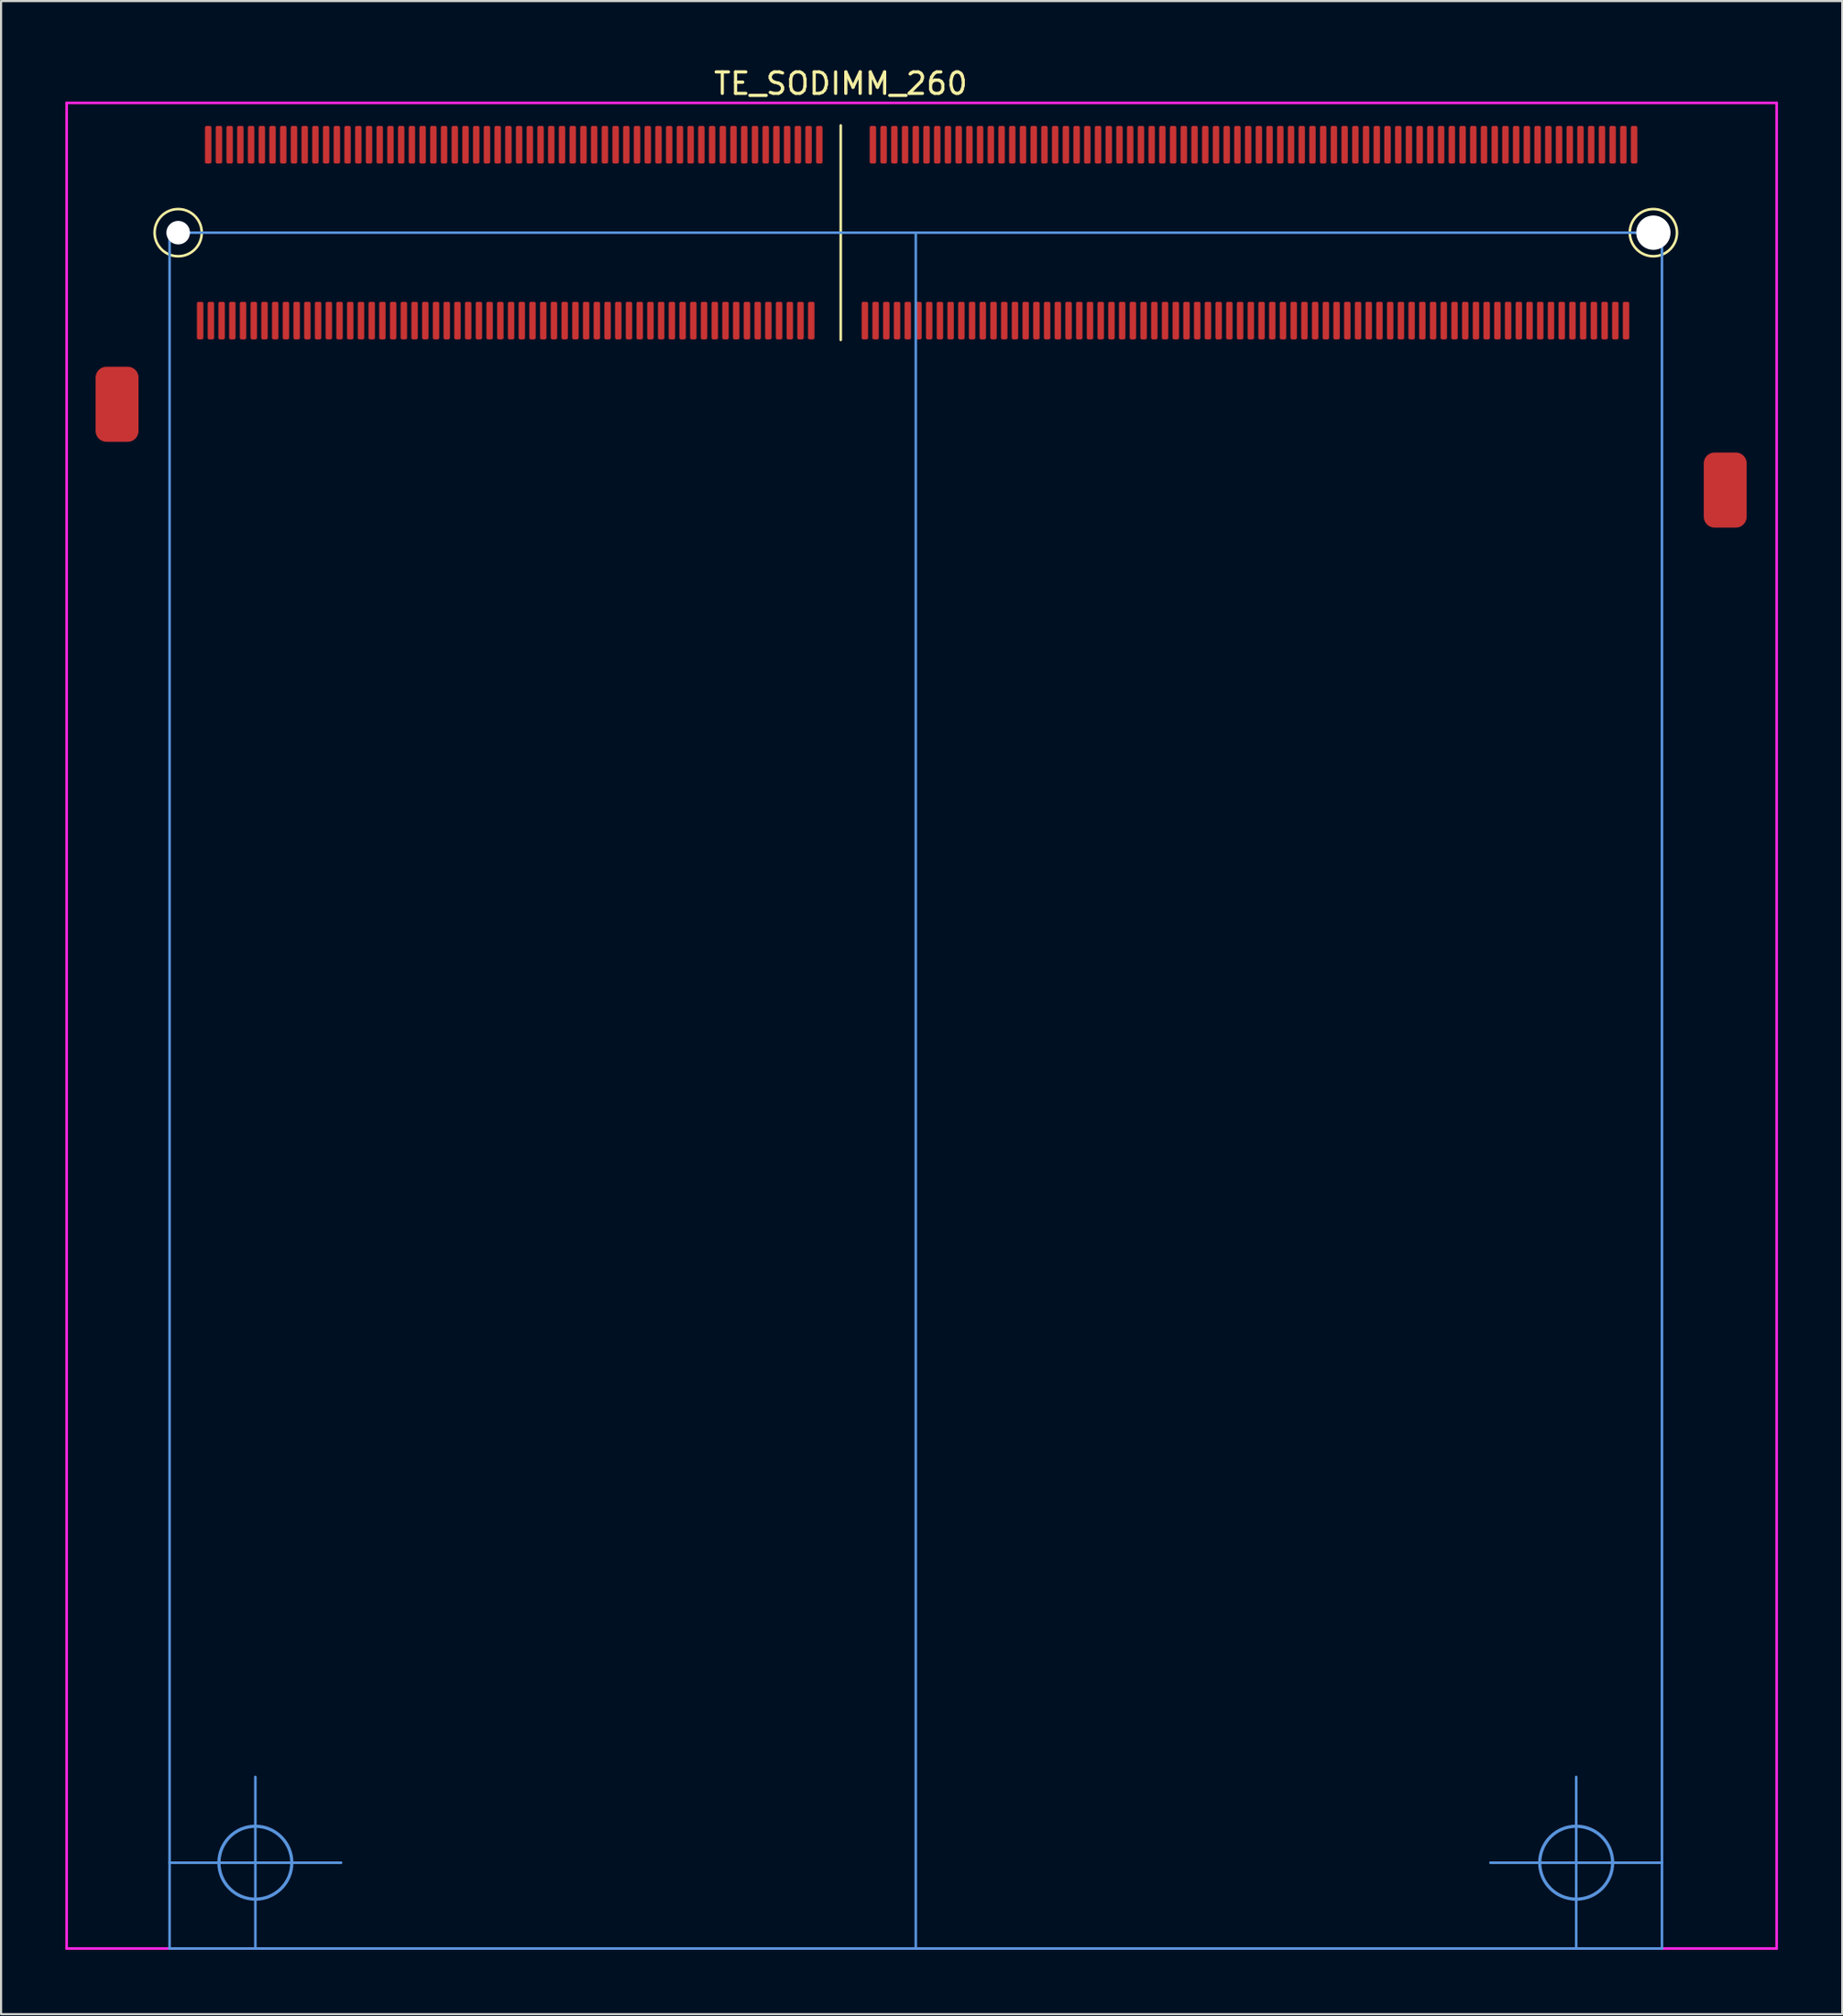
<source format=kicad_pcb>
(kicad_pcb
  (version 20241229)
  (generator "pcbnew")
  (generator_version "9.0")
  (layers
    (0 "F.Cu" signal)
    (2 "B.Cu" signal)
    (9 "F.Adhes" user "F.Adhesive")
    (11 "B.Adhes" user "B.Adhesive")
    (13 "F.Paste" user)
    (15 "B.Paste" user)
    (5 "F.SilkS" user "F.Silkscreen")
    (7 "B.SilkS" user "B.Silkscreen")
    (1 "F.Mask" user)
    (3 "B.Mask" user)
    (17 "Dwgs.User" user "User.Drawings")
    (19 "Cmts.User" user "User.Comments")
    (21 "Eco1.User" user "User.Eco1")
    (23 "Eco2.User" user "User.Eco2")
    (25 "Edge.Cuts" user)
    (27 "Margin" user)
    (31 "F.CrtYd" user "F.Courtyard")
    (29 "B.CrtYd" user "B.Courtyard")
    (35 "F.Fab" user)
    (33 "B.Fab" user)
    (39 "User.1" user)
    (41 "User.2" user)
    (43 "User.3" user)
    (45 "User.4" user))
  (footprint "TE_SODIMM_260"
    (layer "F.Cu")
    (at 36.16 7.798)
    (property "Reference" "TE_SODIMM_260" (at 0 -6.95 0) (layer "F.SilkS") (effects (font (size 1 1) (thickness 0.15))))
    (attr through_hole)
    (fp_line (start 0 -5) (end 0 5) (stroke (width 0.12) (type solid)) (layer "F.SilkS"))
    (fp_circle (center -30.9 0) (end -29.8 0) (stroke (width 0.12) (type solid)) (fill no) (layer "F.SilkS"))
    (fp_circle (center 37.9 0) (end 39 0) (stroke (width 0.12) (type solid)) (fill no) (layer "F.SilkS"))
    (fp_line (start -31.3 0) (end 3.5 0) (stroke (width 0.12) (type solid)) (layer "Cmts.User"))
    (fp_line (start -31.3 76) (end -23.3 76) (stroke (width 0.12) (type solid)) (layer "Cmts.User"))
    (fp_line (start -31.3 80) (end -31.3 0) (stroke (width 0.12) (type solid)) (layer "Cmts.User"))
    (fp_line (start -27.3 80) (end -27.3 72) (stroke (width 0.12) (type solid)) (layer "Cmts.User"))
    (fp_line (start 3.5 0) (end 3.5 80) (stroke (width 0.12) (type solid)) (layer "Cmts.User"))
    (fp_line (start 3.5 0) (end 38.3 0) (stroke (width 0.12) (type solid)) (layer "Cmts.User"))
    (fp_line (start 34.3 80) (end 34.3 72) (stroke (width 0.12) (type solid)) (layer "Cmts.User"))
    (fp_line (start 38.3 0) (end 38.3 80) (stroke (width 0.12) (type solid)) (layer "Cmts.User"))
    (fp_line (start 38.3 76) (end 30.3 76) (stroke (width 0.12) (type solid)) (layer "Cmts.User"))
    (fp_line (start 38.3 80) (end -31.3 80) (stroke (width 0.12) (type solid)) (layer "Cmts.User"))
    (fp_circle (center -27.3 76) (end -25.6 76) (stroke (width 0.15) (type solid)) (fill no) (layer "Cmts.User"))
    (fp_circle (center 34.3 76) (end 36 76) (stroke (width 0.15) (type solid)) (fill no) (layer "Cmts.User"))
    (fp_line (start -36.1 -6.05) (end 43.65 -6.05) (stroke (width 0.12) (type solid)) (layer "F.CrtYd"))
    (fp_line (start -36.1 80) (end -36.1 -6.05) (stroke (width 0.12) (type solid)) (layer "F.CrtYd"))
    (fp_line (start -36.1 80) (end 43.65 80) (stroke (width 0.12) (type solid)) (layer "F.CrtYd"))
    (fp_line (start 43.65 -6.05) (end 43.65 80) (stroke (width 0.12) (type solid)) (layer "F.CrtYd"))
    (pad "" np_thru_hole circle (at -30.9 0) (size 1.1 1.1) (drill 1.1) (layers "*.Cu" "*.Mask"))
    (pad "" np_thru_hole circle (at 37.9 0) (size 1.6 1.6) (drill 1.6) (layers "*.Cu" "*.Mask"))
    (pad "1" smd roundrect (at 37 -4.1) (size 0.3 1.75) (layers "F.Cu" "F.Mask" "F.Paste") (roundrect_rratio 0.25))
    (pad "2" smd roundrect (at 36.625 4.1) (size 0.3 1.75) (layers "F.Cu" "F.Mask" "F.Paste") (roundrect_rratio 0.25))
    (pad "3" smd roundrect (at 36.5 -4.1) (size 0.3 1.75) (layers "F.Cu" "F.Mask" "F.Paste") (roundrect_rratio 0.25))
    (pad "4" smd roundrect (at 36.125 4.1) (size 0.3 1.75) (layers "F.Cu" "F.Mask" "F.Paste") (roundrect_rratio 0.25))
    (pad "5" smd roundrect (at 36 -4.1) (size 0.3 1.75) (layers "F.Cu" "F.Mask" "F.Paste") (roundrect_rratio 0.25))
    (pad "6" smd roundrect (at 35.625 4.1) (size 0.3 1.75) (layers "F.Cu" "F.Mask" "F.Paste") (roundrect_rratio 0.25))
    (pad "7" smd roundrect (at 35.5 -4.1) (size 0.3 1.75) (layers "F.Cu" "F.Mask" "F.Paste") (roundrect_rratio 0.25))
    (pad "8" smd roundrect (at 35.125 4.1) (size 0.3 1.75) (layers "F.Cu" "F.Mask" "F.Paste") (roundrect_rratio 0.25))
    (pad "9" smd roundrect (at 35 -4.1) (size 0.3 1.75) (layers "F.Cu" "F.Mask" "F.Paste") (roundrect_rratio 0.25))
    (pad "10" smd roundrect (at 34.625 4.1) (size 0.3 1.75) (layers "F.Cu" "F.Mask" "F.Paste") (roundrect_rratio 0.25))
    (pad "11" smd roundrect (at 34.5 -4.1) (size 0.3 1.75) (layers "F.Cu" "F.Mask" "F.Paste") (roundrect_rratio 0.25))
    (pad "12" smd roundrect (at 34.125 4.1) (size 0.3 1.75) (layers "F.Cu" "F.Mask" "F.Paste") (roundrect_rratio 0.25))
    (pad "13" smd roundrect (at 34 -4.1) (size 0.3 1.75) (layers "F.Cu" "F.Mask" "F.Paste") (roundrect_rratio 0.25))
    (pad "14" smd roundrect (at 33.625 4.1) (size 0.3 1.75) (layers "F.Cu" "F.Mask" "F.Paste") (roundrect_rratio 0.25))
    (pad "15" smd roundrect (at 33.5 -4.1) (size 0.3 1.75) (layers "F.Cu" "F.Mask" "F.Paste") (roundrect_rratio 0.25))
    (pad "16" smd roundrect (at 33.125 4.1) (size 0.3 1.75) (layers "F.Cu" "F.Mask" "F.Paste") (roundrect_rratio 0.25))
    (pad "17" smd roundrect (at 33 -4.1) (size 0.3 1.75) (layers "F.Cu" "F.Mask" "F.Paste") (roundrect_rratio 0.25))
    (pad "18" smd roundrect (at 32.625 4.1) (size 0.3 1.75) (layers "F.Cu" "F.Mask" "F.Paste") (roundrect_rratio 0.25))
    (pad "19" smd roundrect (at 32.5 -4.1) (size 0.3 1.75) (layers "F.Cu" "F.Mask" "F.Paste") (roundrect_rratio 0.25))
    (pad "20" smd roundrect (at 32.125 4.1) (size 0.3 1.75) (layers "F.Cu" "F.Mask" "F.Paste") (roundrect_rratio 0.25))
    (pad "21" smd roundrect (at 32 -4.1) (size 0.3 1.75) (layers "F.Cu" "F.Mask" "F.Paste") (roundrect_rratio 0.25))
    (pad "22" smd roundrect (at 31.625 4.1) (size 0.3 1.75) (layers "F.Cu" "F.Mask" "F.Paste") (roundrect_rratio 0.25))
    (pad "23" smd roundrect (at 31.5 -4.1) (size 0.3 1.75) (layers "F.Cu" "F.Mask" "F.Paste") (roundrect_rratio 0.25))
    (pad "24" smd roundrect (at 31.125 4.1) (size 0.3 1.75) (layers "F.Cu" "F.Mask" "F.Paste") (roundrect_rratio 0.25))
    (pad "25" smd roundrect (at 31 -4.1) (size 0.3 1.75) (layers "F.Cu" "F.Mask" "F.Paste") (roundrect_rratio 0.25))
    (pad "26" smd roundrect (at 30.625 4.1) (size 0.3 1.75) (layers "F.Cu" "F.Mask" "F.Paste") (roundrect_rratio 0.25))
    (pad "27" smd roundrect (at 30.5 -4.1) (size 0.3 1.75) (layers "F.Cu" "F.Mask" "F.Paste") (roundrect_rratio 0.25))
    (pad "28" smd roundrect (at 30.125 4.1) (size 0.3 1.75) (layers "F.Cu" "F.Mask" "F.Paste") (roundrect_rratio 0.25))
    (pad "29" smd roundrect (at 30 -4.1) (size 0.3 1.75) (layers "F.Cu" "F.Mask" "F.Paste") (roundrect_rratio 0.25))
    (pad "30" smd roundrect (at 29.625 4.1) (size 0.3 1.75) (layers "F.Cu" "F.Mask" "F.Paste") (roundrect_rratio 0.25))
    (pad "31" smd roundrect (at 29.5 -4.1) (size 0.3 1.75) (layers "F.Cu" "F.Mask" "F.Paste") (roundrect_rratio 0.25))
    (pad "32" smd roundrect (at 29.125 4.1) (size 0.3 1.75) (layers "F.Cu" "F.Mask" "F.Paste") (roundrect_rratio 0.25))
    (pad "33" smd roundrect (at 29 -4.1) (size 0.3 1.75) (layers "F.Cu" "F.Mask" "F.Paste") (roundrect_rratio 0.25))
    (pad "34" smd roundrect (at 28.625 4.1) (size 0.3 1.75) (layers "F.Cu" "F.Mask" "F.Paste") (roundrect_rratio 0.25))
    (pad "35" smd roundrect (at 28.5 -4.1) (size 0.3 1.75) (layers "F.Cu" "F.Mask" "F.Paste") (roundrect_rratio 0.25))
    (pad "36" smd roundrect (at 28.125 4.1) (size 0.3 1.75) (layers "F.Cu" "F.Mask" "F.Paste") (roundrect_rratio 0.25))
    (pad "37" smd roundrect (at 28 -4.1) (size 0.3 1.75) (layers "F.Cu" "F.Mask" "F.Paste") (roundrect_rratio 0.25))
    (pad "38" smd roundrect (at 27.625 4.1) (size 0.3 1.75) (layers "F.Cu" "F.Mask" "F.Paste") (roundrect_rratio 0.25))
    (pad "39" smd roundrect (at 27.5 -4.1) (size 0.3 1.75) (layers "F.Cu" "F.Mask" "F.Paste") (roundrect_rratio 0.25))
    (pad "40" smd roundrect (at 27.125 4.1) (size 0.3 1.75) (layers "F.Cu" "F.Mask" "F.Paste") (roundrect_rratio 0.25))
    (pad "41" smd roundrect (at 27 -4.1) (size 0.3 1.75) (layers "F.Cu" "F.Mask" "F.Paste") (roundrect_rratio 0.25))
    (pad "42" smd roundrect (at 26.625 4.1) (size 0.3 1.75) (layers "F.Cu" "F.Mask" "F.Paste") (roundrect_rratio 0.25))
    (pad "43" smd roundrect (at 26.5 -4.1) (size 0.3 1.75) (layers "F.Cu" "F.Mask" "F.Paste") (roundrect_rratio 0.25))
    (pad "44" smd roundrect (at 26.125 4.1) (size 0.3 1.75) (layers "F.Cu" "F.Mask" "F.Paste") (roundrect_rratio 0.25))
    (pad "45" smd roundrect (at 26 -4.1) (size 0.3 1.75) (layers "F.Cu" "F.Mask" "F.Paste") (roundrect_rratio 0.25))
    (pad "46" smd roundrect (at 25.625 4.1) (size 0.3 1.75) (layers "F.Cu" "F.Mask" "F.Paste") (roundrect_rratio 0.25))
    (pad "47" smd roundrect (at 25.5 -4.1) (size 0.3 1.75) (layers "F.Cu" "F.Mask" "F.Paste") (roundrect_rratio 0.25))
    (pad "48" smd roundrect (at 25.125 4.1) (size 0.3 1.75) (layers "F.Cu" "F.Mask" "F.Paste") (roundrect_rratio 0.25))
    (pad "49" smd roundrect (at 25 -4.1) (size 0.3 1.75) (layers "F.Cu" "F.Mask" "F.Paste") (roundrect_rratio 0.25))
    (pad "50" smd roundrect (at 24.625 4.1) (size 0.3 1.75) (layers "F.Cu" "F.Mask" "F.Paste") (roundrect_rratio 0.25))
    (pad "51" smd roundrect (at 24.5 -4.1) (size 0.3 1.75) (layers "F.Cu" "F.Mask" "F.Paste") (roundrect_rratio 0.25))
    (pad "52" smd roundrect (at 24.125 4.1) (size 0.3 1.75) (layers "F.Cu" "F.Mask" "F.Paste") (roundrect_rratio 0.25))
    (pad "53" smd roundrect (at 24 -4.1) (size 0.3 1.75) (layers "F.Cu" "F.Mask" "F.Paste") (roundrect_rratio 0.25))
    (pad "54" smd roundrect (at 23.625 4.1) (size 0.3 1.75) (layers "F.Cu" "F.Mask" "F.Paste") (roundrect_rratio 0.25))
    (pad "55" smd roundrect (at 23.5 -4.1) (size 0.3 1.75) (layers "F.Cu" "F.Mask" "F.Paste") (roundrect_rratio 0.25))
    (pad "56" smd roundrect (at 23.125 4.1) (size 0.3 1.75) (layers "F.Cu" "F.Mask" "F.Paste") (roundrect_rratio 0.25))
    (pad "57" smd roundrect (at 23 -4.1) (size 0.3 1.75) (layers "F.Cu" "F.Mask" "F.Paste") (roundrect_rratio 0.25))
    (pad "58" smd roundrect (at 22.625 4.1) (size 0.3 1.75) (layers "F.Cu" "F.Mask" "F.Paste") (roundrect_rratio 0.25))
    (pad "59" smd roundrect (at 22.5 -4.1) (size 0.3 1.75) (layers "F.Cu" "F.Mask" "F.Paste") (roundrect_rratio 0.25))
    (pad "60" smd roundrect (at 22.125 4.1) (size 0.3 1.75) (layers "F.Cu" "F.Mask" "F.Paste") (roundrect_rratio 0.25))
    (pad "61" smd roundrect (at 22 -4.1) (size 0.3 1.75) (layers "F.Cu" "F.Mask" "F.Paste") (roundrect_rratio 0.25))
    (pad "62" smd roundrect (at 21.625 4.1) (size 0.3 1.75) (layers "F.Cu" "F.Mask" "F.Paste") (roundrect_rratio 0.25))
    (pad "63" smd roundrect (at 21.5 -4.1) (size 0.3 1.75) (layers "F.Cu" "F.Mask" "F.Paste") (roundrect_rratio 0.25))
    (pad "64" smd roundrect (at 21.125 4.1) (size 0.3 1.75) (layers "F.Cu" "F.Mask" "F.Paste") (roundrect_rratio 0.25))
    (pad "65" smd roundrect (at 21 -4.1) (size 0.3 1.75) (layers "F.Cu" "F.Mask" "F.Paste") (roundrect_rratio 0.25))
    (pad "66" smd roundrect (at 20.625 4.1) (size 0.3 1.75) (layers "F.Cu" "F.Mask" "F.Paste") (roundrect_rratio 0.25))
    (pad "67" smd roundrect (at 20.5 -4.1) (size 0.3 1.75) (layers "F.Cu" "F.Mask" "F.Paste") (roundrect_rratio 0.25))
    (pad "68" smd roundrect (at 20.125 4.1) (size 0.3 1.75) (layers "F.Cu" "F.Mask" "F.Paste") (roundrect_rratio 0.25))
    (pad "69" smd roundrect (at 20 -4.1) (size 0.3 1.75) (layers "F.Cu" "F.Mask" "F.Paste") (roundrect_rratio 0.25))
    (pad "70" smd roundrect (at 19.625 4.1) (size 0.3 1.75) (layers "F.Cu" "F.Mask" "F.Paste") (roundrect_rratio 0.25))
    (pad "71" smd roundrect (at 19.5 -4.1) (size 0.3 1.75) (layers "F.Cu" "F.Mask" "F.Paste") (roundrect_rratio 0.25))
    (pad "72" smd roundrect (at 19.125 4.1) (size 0.3 1.75) (layers "F.Cu" "F.Mask" "F.Paste") (roundrect_rratio 0.25))
    (pad "73" smd roundrect (at 19 -4.1) (size 0.3 1.75) (layers "F.Cu" "F.Mask" "F.Paste") (roundrect_rratio 0.25))
    (pad "74" smd roundrect (at 18.625 4.1) (size 0.3 1.75) (layers "F.Cu" "F.Mask" "F.Paste") (roundrect_rratio 0.25))
    (pad "75" smd roundrect (at 18.5 -4.1) (size 0.3 1.75) (layers "F.Cu" "F.Mask" "F.Paste") (roundrect_rratio 0.25))
    (pad "76" smd roundrect (at 18.125 4.1) (size 0.3 1.75) (layers "F.Cu" "F.Mask" "F.Paste") (roundrect_rratio 0.25))
    (pad "77" smd roundrect (at 18 -4.1) (size 0.3 1.75) (layers "F.Cu" "F.Mask" "F.Paste") (roundrect_rratio 0.25))
    (pad "78" smd roundrect (at 17.625 4.1) (size 0.3 1.75) (layers "F.Cu" "F.Mask" "F.Paste") (roundrect_rratio 0.25))
    (pad "79" smd roundrect (at 17.5 -4.1) (size 0.3 1.75) (layers "F.Cu" "F.Mask" "F.Paste") (roundrect_rratio 0.25))
    (pad "80" smd roundrect (at 17.125 4.1) (size 0.3 1.75) (layers "F.Cu" "F.Mask" "F.Paste") (roundrect_rratio 0.25))
    (pad "81" smd roundrect (at 17 -4.1) (size 0.3 1.75) (layers "F.Cu" "F.Mask" "F.Paste") (roundrect_rratio 0.25))
    (pad "82" smd roundrect (at 16.625 4.1) (size 0.3 1.75) (layers "F.Cu" "F.Mask" "F.Paste") (roundrect_rratio 0.25))
    (pad "83" smd roundrect (at 16.5 -4.1) (size 0.3 1.75) (layers "F.Cu" "F.Mask" "F.Paste") (roundrect_rratio 0.25))
    (pad "84" smd roundrect (at 16.125 4.1) (size 0.3 1.75) (layers "F.Cu" "F.Mask" "F.Paste") (roundrect_rratio 0.25))
    (pad "85" smd roundrect (at 16 -4.1) (size 0.3 1.75) (layers "F.Cu" "F.Mask" "F.Paste") (roundrect_rratio 0.25))
    (pad "86" smd roundrect (at 15.625 4.1) (size 0.3 1.75) (layers "F.Cu" "F.Mask" "F.Paste") (roundrect_rratio 0.25))
    (pad "87" smd roundrect (at 15.5 -4.1) (size 0.3 1.75) (layers "F.Cu" "F.Mask" "F.Paste") (roundrect_rratio 0.25))
    (pad "88" smd roundrect (at 15.125 4.1) (size 0.3 1.75) (layers "F.Cu" "F.Mask" "F.Paste") (roundrect_rratio 0.25))
    (pad "89" smd roundrect (at 15 -4.1) (size 0.3 1.75) (layers "F.Cu" "F.Mask" "F.Paste") (roundrect_rratio 0.25))
    (pad "90" smd roundrect (at 14.625 4.1) (size 0.3 1.75) (layers "F.Cu" "F.Mask" "F.Paste") (roundrect_rratio 0.25))
    (pad "91" smd roundrect (at 14.5 -4.1) (size 0.3 1.75) (layers "F.Cu" "F.Mask" "F.Paste") (roundrect_rratio 0.25))
    (pad "92" smd roundrect (at 14.125 4.1) (size 0.3 1.75) (layers "F.Cu" "F.Mask" "F.Paste") (roundrect_rratio 0.25))
    (pad "93" smd roundrect (at 14 -4.1) (size 0.3 1.75) (layers "F.Cu" "F.Mask" "F.Paste") (roundrect_rratio 0.25))
    (pad "94" smd roundrect (at 13.625 4.1) (size 0.3 1.75) (layers "F.Cu" "F.Mask" "F.Paste") (roundrect_rratio 0.25))
    (pad "95" smd roundrect (at 13.5 -4.1) (size 0.3 1.75) (layers "F.Cu" "F.Mask" "F.Paste") (roundrect_rratio 0.25))
    (pad "96" smd roundrect (at 13.125 4.1) (size 0.3 1.75) (layers "F.Cu" "F.Mask" "F.Paste") (roundrect_rratio 0.25))
    (pad "97" smd roundrect (at 13 -4.1) (size 0.3 1.75) (layers "F.Cu" "F.Mask" "F.Paste") (roundrect_rratio 0.25))
    (pad "98" smd roundrect (at 12.625 4.1) (size 0.3 1.75) (layers "F.Cu" "F.Mask" "F.Paste") (roundrect_rratio 0.25))
    (pad "99" smd roundrect (at 12.5 -4.1) (size 0.3 1.75) (layers "F.Cu" "F.Mask" "F.Paste") (roundrect_rratio 0.25))
    (pad "100" smd roundrect (at 12.125 4.1) (size 0.3 1.75) (layers "F.Cu" "F.Mask" "F.Paste") (roundrect_rratio 0.25))
    (pad "101" smd roundrect (at 12 -4.1) (size 0.3 1.75) (layers "F.Cu" "F.Mask" "F.Paste") (roundrect_rratio 0.25))
    (pad "102" smd roundrect (at 11.625 4.1) (size 0.3 1.75) (layers "F.Cu" "F.Mask" "F.Paste") (roundrect_rratio 0.25))
    (pad "103" smd roundrect (at 11.5 -4.1) (size 0.3 1.75) (layers "F.Cu" "F.Mask" "F.Paste") (roundrect_rratio 0.25))
    (pad "104" smd roundrect (at 11.125 4.1) (size 0.3 1.75) (layers "F.Cu" "F.Mask" "F.Paste") (roundrect_rratio 0.25))
    (pad "105" smd roundrect (at 11 -4.1) (size 0.3 1.75) (layers "F.Cu" "F.Mask" "F.Paste") (roundrect_rratio 0.25))
    (pad "106" smd roundrect (at 10.625 4.1) (size 0.3 1.75) (layers "F.Cu" "F.Mask" "F.Paste") (roundrect_rratio 0.25))
    (pad "107" smd roundrect (at 10.5 -4.1) (size 0.3 1.75) (layers "F.Cu" "F.Mask" "F.Paste") (roundrect_rratio 0.25))
    (pad "108" smd roundrect (at 10.125 4.1) (size 0.3 1.75) (layers "F.Cu" "F.Mask" "F.Paste") (roundrect_rratio 0.25))
    (pad "109" smd roundrect (at 10 -4.1) (size 0.3 1.75) (layers "F.Cu" "F.Mask" "F.Paste") (roundrect_rratio 0.25))
    (pad "110" smd roundrect (at 9.625 4.1) (size 0.3 1.75) (layers "F.Cu" "F.Mask" "F.Paste") (roundrect_rratio 0.25))
    (pad "111" smd roundrect (at 9.5 -4.1) (size 0.3 1.75) (layers "F.Cu" "F.Mask" "F.Paste") (roundrect_rratio 0.25))
    (pad "112" smd roundrect (at 9.125 4.1) (size 0.3 1.75) (layers "F.Cu" "F.Mask" "F.Paste") (roundrect_rratio 0.25))
    (pad "113" smd roundrect (at 9 -4.1) (size 0.3 1.75) (layers "F.Cu" "F.Mask" "F.Paste") (roundrect_rratio 0.25))
    (pad "114" smd roundrect (at 8.625 4.1) (size 0.3 1.75) (layers "F.Cu" "F.Mask" "F.Paste") (roundrect_rratio 0.25))
    (pad "115" smd roundrect (at 8.5 -4.1) (size 0.3 1.75) (layers "F.Cu" "F.Mask" "F.Paste") (roundrect_rratio 0.25))
    (pad "116" smd roundrect (at 8.125 4.1) (size 0.3 1.75) (layers "F.Cu" "F.Mask" "F.Paste") (roundrect_rratio 0.25))
    (pad "117" smd roundrect (at 8 -4.1) (size 0.3 1.75) (layers "F.Cu" "F.Mask" "F.Paste") (roundrect_rratio 0.25))
    (pad "118" smd roundrect (at 7.625 4.1) (size 0.3 1.75) (layers "F.Cu" "F.Mask" "F.Paste") (roundrect_rratio 0.25))
    (pad "119" smd roundrect (at 7.5 -4.1) (size 0.3 1.75) (layers "F.Cu" "F.Mask" "F.Paste") (roundrect_rratio 0.25))
    (pad "120" smd roundrect (at 7.125 4.1) (size 0.3 1.75) (layers "F.Cu" "F.Mask" "F.Paste") (roundrect_rratio 0.25))
    (pad "121" smd roundrect (at 7 -4.1) (size 0.3 1.75) (layers "F.Cu" "F.Mask" "F.Paste") (roundrect_rratio 0.25))
    (pad "122" smd roundrect (at 6.625 4.1) (size 0.3 1.75) (layers "F.Cu" "F.Mask" "F.Paste") (roundrect_rratio 0.25))
    (pad "123" smd roundrect (at 6.5 -4.1) (size 0.3 1.75) (layers "F.Cu" "F.Mask" "F.Paste") (roundrect_rratio 0.25))
    (pad "124" smd roundrect (at 6.125 4.1) (size 0.3 1.75) (layers "F.Cu" "F.Mask" "F.Paste") (roundrect_rratio 0.25))
    (pad "125" smd roundrect (at 6 -4.1) (size 0.3 1.75) (layers "F.Cu" "F.Mask" "F.Paste") (roundrect_rratio 0.25))
    (pad "126" smd roundrect (at 5.625 4.1) (size 0.3 1.75) (layers "F.Cu" "F.Mask" "F.Paste") (roundrect_rratio 0.25))
    (pad "127" smd roundrect (at 5.5 -4.1) (size 0.3 1.75) (layers "F.Cu" "F.Mask" "F.Paste") (roundrect_rratio 0.25))
    (pad "128" smd roundrect (at 5.125 4.1) (size 0.3 1.75) (layers "F.Cu" "F.Mask" "F.Paste") (roundrect_rratio 0.25))
    (pad "129" smd roundrect (at 5 -4.1) (size 0.3 1.75) (layers "F.Cu" "F.Mask" "F.Paste") (roundrect_rratio 0.25))
    (pad "130" smd roundrect (at 4.625 4.1) (size 0.3 1.75) (layers "F.Cu" "F.Mask" "F.Paste") (roundrect_rratio 0.25))
    (pad "131" smd roundrect (at 4.5 -4.1) (size 0.3 1.75) (layers "F.Cu" "F.Mask" "F.Paste") (roundrect_rratio 0.25))
    (pad "132" smd roundrect (at 4.125 4.1) (size 0.3 1.75) (layers "F.Cu" "F.Mask" "F.Paste") (roundrect_rratio 0.25))
    (pad "133" smd roundrect (at 4 -4.1) (size 0.3 1.75) (layers "F.Cu" "F.Mask" "F.Paste") (roundrect_rratio 0.25))
    (pad "134" smd roundrect (at 3.625 4.1) (size 0.3 1.75) (layers "F.Cu" "F.Mask" "F.Paste") (roundrect_rratio 0.25))
    (pad "135" smd roundrect (at 3.5 -4.1) (size 0.3 1.75) (layers "F.Cu" "F.Mask" "F.Paste") (roundrect_rratio 0.25))
    (pad "136" smd roundrect (at 3.125 4.1) (size 0.3 1.75) (layers "F.Cu" "F.Mask" "F.Paste") (roundrect_rratio 0.25))
    (pad "137" smd roundrect (at 3 -4.1) (size 0.3 1.75) (layers "F.Cu" "F.Mask" "F.Paste") (roundrect_rratio 0.25))
    (pad "138" smd roundrect (at 2.625 4.1) (size 0.3 1.75) (layers "F.Cu" "F.Mask" "F.Paste") (roundrect_rratio 0.25))
    (pad "139" smd roundrect (at 2.5 -4.1) (size 0.3 1.75) (layers "F.Cu" "F.Mask" "F.Paste") (roundrect_rratio 0.25))
    (pad "140" smd roundrect (at 2.125 4.1) (size 0.3 1.75) (layers "F.Cu" "F.Mask" "F.Paste") (roundrect_rratio 0.25))
    (pad "141" smd roundrect (at 2 -4.1) (size 0.3 1.75) (layers "F.Cu" "F.Mask" "F.Paste") (roundrect_rratio 0.25))
    (pad "142" smd roundrect (at 1.625 4.1) (size 0.3 1.75) (layers "F.Cu" "F.Mask" "F.Paste") (roundrect_rratio 0.25))
    (pad "143" smd roundrect (at 1.5 -4.1) (size 0.3 1.75) (layers "F.Cu" "F.Mask" "F.Paste") (roundrect_rratio 0.25))
    (pad "144" smd roundrect (at 1.125 4.1) (size 0.3 1.75) (layers "F.Cu" "F.Mask" "F.Paste") (roundrect_rratio 0.25))
    (pad "145" smd roundrect (at -1 -4.1) (size 0.3 1.75) (layers "F.Cu" "F.Mask" "F.Paste") (roundrect_rratio 0.25))
    (pad "146" smd roundrect (at -1.375 4.1) (size 0.3 1.75) (layers "F.Cu" "F.Mask" "F.Paste") (roundrect_rratio 0.25))
    (pad "147" smd roundrect (at -1.5 -4.1) (size 0.3 1.75) (layers "F.Cu" "F.Mask" "F.Paste") (roundrect_rratio 0.25))
    (pad "148" smd roundrect (at -1.875 4.1) (size 0.3 1.75) (layers "F.Cu" "F.Mask" "F.Paste") (roundrect_rratio 0.25))
    (pad "149" smd roundrect (at -2 -4.1) (size 0.3 1.75) (layers "F.Cu" "F.Mask" "F.Paste") (roundrect_rratio 0.25))
    (pad "150" smd roundrect (at -2.375 4.1) (size 0.3 1.75) (layers "F.Cu" "F.Mask" "F.Paste") (roundrect_rratio 0.25))
    (pad "151" smd roundrect (at -2.5 -4.1) (size 0.3 1.75) (layers "F.Cu" "F.Mask" "F.Paste") (roundrect_rratio 0.25))
    (pad "152" smd roundrect (at -2.875 4.1) (size 0.3 1.75) (layers "F.Cu" "F.Mask" "F.Paste") (roundrect_rratio 0.25))
    (pad "153" smd roundrect (at -3 -4.1) (size 0.3 1.75) (layers "F.Cu" "F.Mask" "F.Paste") (roundrect_rratio 0.25))
    (pad "154" smd roundrect (at -3.375 4.1) (size 0.3 1.75) (layers "F.Cu" "F.Mask" "F.Paste") (roundrect_rratio 0.25))
    (pad "155" smd roundrect (at -3.5 -4.1) (size 0.3 1.75) (layers "F.Cu" "F.Mask" "F.Paste") (roundrect_rratio 0.25))
    (pad "156" smd roundrect (at -3.875 4.1) (size 0.3 1.75) (layers "F.Cu" "F.Mask" "F.Paste") (roundrect_rratio 0.25))
    (pad "157" smd roundrect (at -4 -4.1) (size 0.3 1.75) (layers "F.Cu" "F.Mask" "F.Paste") (roundrect_rratio 0.25))
    (pad "158" smd roundrect (at -4.375 4.1) (size 0.3 1.75) (layers "F.Cu" "F.Mask" "F.Paste") (roundrect_rratio 0.25))
    (pad "159" smd roundrect (at -4.5 -4.1) (size 0.3 1.75) (layers "F.Cu" "F.Mask" "F.Paste") (roundrect_rratio 0.25))
    (pad "160" smd roundrect (at -4.875 4.1) (size 0.3 1.75) (layers "F.Cu" "F.Mask" "F.Paste") (roundrect_rratio 0.25))
    (pad "161" smd roundrect (at -5 -4.1) (size 0.3 1.75) (layers "F.Cu" "F.Mask" "F.Paste") (roundrect_rratio 0.25))
    (pad "162" smd roundrect (at -5.375 4.1) (size 0.3 1.75) (layers "F.Cu" "F.Mask" "F.Paste") (roundrect_rratio 0.25))
    (pad "163" smd roundrect (at -5.5 -4.1) (size 0.3 1.75) (layers "F.Cu" "F.Mask" "F.Paste") (roundrect_rratio 0.25))
    (pad "164" smd roundrect (at -5.875 4.1) (size 0.3 1.75) (layers "F.Cu" "F.Mask" "F.Paste") (roundrect_rratio 0.25))
    (pad "165" smd roundrect (at -6 -4.1) (size 0.3 1.75) (layers "F.Cu" "F.Mask" "F.Paste") (roundrect_rratio 0.25))
    (pad "166" smd roundrect (at -6.375 4.1) (size 0.3 1.75) (layers "F.Cu" "F.Mask" "F.Paste") (roundrect_rratio 0.25))
    (pad "167" smd roundrect (at -6.5 -4.1) (size 0.3 1.75) (layers "F.Cu" "F.Mask" "F.Paste") (roundrect_rratio 0.25))
    (pad "168" smd roundrect (at -6.875 4.1) (size 0.3 1.75) (layers "F.Cu" "F.Mask" "F.Paste") (roundrect_rratio 0.25))
    (pad "169" smd roundrect (at -7 -4.1) (size 0.3 1.75) (layers "F.Cu" "F.Mask" "F.Paste") (roundrect_rratio 0.25))
    (pad "170" smd roundrect (at -7.375 4.1) (size 0.3 1.75) (layers "F.Cu" "F.Mask" "F.Paste") (roundrect_rratio 0.25))
    (pad "171" smd roundrect (at -7.5 -4.1) (size 0.3 1.75) (layers "F.Cu" "F.Mask" "F.Paste") (roundrect_rratio 0.25))
    (pad "172" smd roundrect (at -7.875 4.1) (size 0.3 1.75) (layers "F.Cu" "F.Mask" "F.Paste") (roundrect_rratio 0.25))
    (pad "173" smd roundrect (at -8 -4.1) (size 0.3 1.75) (layers "F.Cu" "F.Mask" "F.Paste") (roundrect_rratio 0.25))
    (pad "174" smd roundrect (at -8.375 4.1) (size 0.3 1.75) (layers "F.Cu" "F.Mask" "F.Paste") (roundrect_rratio 0.25))
    (pad "175" smd roundrect (at -8.5 -4.1) (size 0.3 1.75) (layers "F.Cu" "F.Mask" "F.Paste") (roundrect_rratio 0.25))
    (pad "176" smd roundrect (at -8.875 4.1) (size 0.3 1.75) (layers "F.Cu" "F.Mask" "F.Paste") (roundrect_rratio 0.25))
    (pad "177" smd roundrect (at -9 -4.1) (size 0.3 1.75) (layers "F.Cu" "F.Mask" "F.Paste") (roundrect_rratio 0.25))
    (pad "178" smd roundrect (at -9.375 4.1) (size 0.3 1.75) (layers "F.Cu" "F.Mask" "F.Paste") (roundrect_rratio 0.25))
    (pad "179" smd roundrect (at -9.5 -4.1) (size 0.3 1.75) (layers "F.Cu" "F.Mask" "F.Paste") (roundrect_rratio 0.25))
    (pad "180" smd roundrect (at -9.875 4.1) (size 0.3 1.75) (layers "F.Cu" "F.Mask" "F.Paste") (roundrect_rratio 0.25))
    (pad "181" smd roundrect (at -10 -4.1) (size 0.3 1.75) (layers "F.Cu" "F.Mask" "F.Paste") (roundrect_rratio 0.25))
    (pad "182" smd roundrect (at -10.375 4.1) (size 0.3 1.75) (layers "F.Cu" "F.Mask" "F.Paste") (roundrect_rratio 0.25))
    (pad "183" smd roundrect (at -10.5 -4.1) (size 0.3 1.75) (layers "F.Cu" "F.Mask" "F.Paste") (roundrect_rratio 0.25))
    (pad "184" smd roundrect (at -10.875 4.1) (size 0.3 1.75) (layers "F.Cu" "F.Mask" "F.Paste") (roundrect_rratio 0.25))
    (pad "185" smd roundrect (at -11 -4.1) (size 0.3 1.75) (layers "F.Cu" "F.Mask" "F.Paste") (roundrect_rratio 0.25))
    (pad "186" smd roundrect (at -11.375 4.1) (size 0.3 1.75) (layers "F.Cu" "F.Mask" "F.Paste") (roundrect_rratio 0.25))
    (pad "187" smd roundrect (at -11.5 -4.1) (size 0.3 1.75) (layers "F.Cu" "F.Mask" "F.Paste") (roundrect_rratio 0.25))
    (pad "188" smd roundrect (at -11.875 4.1) (size 0.3 1.75) (layers "F.Cu" "F.Mask" "F.Paste") (roundrect_rratio 0.25))
    (pad "189" smd roundrect (at -12 -4.1) (size 0.3 1.75) (layers "F.Cu" "F.Mask" "F.Paste") (roundrect_rratio 0.25))
    (pad "190" smd roundrect (at -12.375 4.1) (size 0.3 1.75) (layers "F.Cu" "F.Mask" "F.Paste") (roundrect_rratio 0.25))
    (pad "191" smd roundrect (at -12.5 -4.1) (size 0.3 1.75) (layers "F.Cu" "F.Mask" "F.Paste") (roundrect_rratio 0.25))
    (pad "192" smd roundrect (at -12.875 4.1) (size 0.3 1.75) (layers "F.Cu" "F.Mask" "F.Paste") (roundrect_rratio 0.25))
    (pad "193" smd roundrect (at -13 -4.1) (size 0.3 1.75) (layers "F.Cu" "F.Mask" "F.Paste") (roundrect_rratio 0.25))
    (pad "194" smd roundrect (at -13.375 4.1) (size 0.3 1.75) (layers "F.Cu" "F.Mask" "F.Paste") (roundrect_rratio 0.25))
    (pad "195" smd roundrect (at -13.5 -4.1) (size 0.3 1.75) (layers "F.Cu" "F.Mask" "F.Paste") (roundrect_rratio 0.25))
    (pad "196" smd roundrect (at -13.875 4.1) (size 0.3 1.75) (layers "F.Cu" "F.Mask" "F.Paste") (roundrect_rratio 0.25))
    (pad "197" smd roundrect (at -14 -4.1) (size 0.3 1.75) (layers "F.Cu" "F.Mask" "F.Paste") (roundrect_rratio 0.25))
    (pad "198" smd roundrect (at -14.375 4.1) (size 0.3 1.75) (layers "F.Cu" "F.Mask" "F.Paste") (roundrect_rratio 0.25))
    (pad "199" smd roundrect (at -14.5 -4.1) (size 0.3 1.75) (layers "F.Cu" "F.Mask" "F.Paste") (roundrect_rratio 0.25))
    (pad "200" smd roundrect (at -14.875 4.1) (size 0.3 1.75) (layers "F.Cu" "F.Mask" "F.Paste") (roundrect_rratio 0.25))
    (pad "201" smd roundrect (at -15 -4.1) (size 0.3 1.75) (layers "F.Cu" "F.Mask" "F.Paste") (roundrect_rratio 0.25))
    (pad "202" smd roundrect (at -15.375 4.1) (size 0.3 1.75) (layers "F.Cu" "F.Mask" "F.Paste") (roundrect_rratio 0.25))
    (pad "203" smd roundrect (at -15.5 -4.1) (size 0.3 1.75) (layers "F.Cu" "F.Mask" "F.Paste") (roundrect_rratio 0.25))
    (pad "204" smd roundrect (at -15.875 4.1) (size 0.3 1.75) (layers "F.Cu" "F.Mask" "F.Paste") (roundrect_rratio 0.25))
    (pad "205" smd roundrect (at -16 -4.1) (size 0.3 1.75) (layers "F.Cu" "F.Mask" "F.Paste") (roundrect_rratio 0.25))
    (pad "206" smd roundrect (at -16.375 4.1) (size 0.3 1.75) (layers "F.Cu" "F.Mask" "F.Paste") (roundrect_rratio 0.25))
    (pad "207" smd roundrect (at -16.5 -4.1) (size 0.3 1.75) (layers "F.Cu" "F.Mask" "F.Paste") (roundrect_rratio 0.25))
    (pad "208" smd roundrect (at -16.875 4.1) (size 0.3 1.75) (layers "F.Cu" "F.Mask" "F.Paste") (roundrect_rratio 0.25))
    (pad "209" smd roundrect (at -17 -4.1) (size 0.3 1.75) (layers "F.Cu" "F.Mask" "F.Paste") (roundrect_rratio 0.25))
    (pad "210" smd roundrect (at -17.375 4.1) (size 0.3 1.75) (layers "F.Cu" "F.Mask" "F.Paste") (roundrect_rratio 0.25))
    (pad "211" smd roundrect (at -17.5 -4.1) (size 0.3 1.75) (layers "F.Cu" "F.Mask" "F.Paste") (roundrect_rratio 0.25))
    (pad "212" smd roundrect (at -17.875 4.1) (size 0.3 1.75) (layers "F.Cu" "F.Mask" "F.Paste") (roundrect_rratio 0.25))
    (pad "213" smd roundrect (at -18 -4.1) (size 0.3 1.75) (layers "F.Cu" "F.Mask" "F.Paste") (roundrect_rratio 0.25))
    (pad "214" smd roundrect (at -18.375 4.1) (size 0.3 1.75) (layers "F.Cu" "F.Mask" "F.Paste") (roundrect_rratio 0.25))
    (pad "215" smd roundrect (at -18.5 -4.1) (size 0.3 1.75) (layers "F.Cu" "F.Mask" "F.Paste") (roundrect_rratio 0.25))
    (pad "216" smd roundrect (at -18.875 4.1) (size 0.3 1.75) (layers "F.Cu" "F.Mask" "F.Paste") (roundrect_rratio 0.25))
    (pad "217" smd roundrect (at -19 -4.1) (size 0.3 1.75) (layers "F.Cu" "F.Mask" "F.Paste") (roundrect_rratio 0.25))
    (pad "218" smd roundrect (at -19.375 4.1) (size 0.3 1.75) (layers "F.Cu" "F.Mask" "F.Paste") (roundrect_rratio 0.25))
    (pad "219" smd roundrect (at -19.5 -4.1) (size 0.3 1.75) (layers "F.Cu" "F.Mask" "F.Paste") (roundrect_rratio 0.25))
    (pad "220" smd roundrect (at -19.875 4.1) (size 0.3 1.75) (layers "F.Cu" "F.Mask" "F.Paste") (roundrect_rratio 0.25))
    (pad "221" smd roundrect (at -20 -4.1) (size 0.3 1.75) (layers "F.Cu" "F.Mask" "F.Paste") (roundrect_rratio 0.25))
    (pad "222" smd roundrect (at -20.375 4.1) (size 0.3 1.75) (layers "F.Cu" "F.Mask" "F.Paste") (roundrect_rratio 0.25))
    (pad "223" smd roundrect (at -20.5 -4.1) (size 0.3 1.75) (layers "F.Cu" "F.Mask" "F.Paste") (roundrect_rratio 0.25))
    (pad "224" smd roundrect (at -20.875 4.1) (size 0.3 1.75) (layers "F.Cu" "F.Mask" "F.Paste") (roundrect_rratio 0.25))
    (pad "225" smd roundrect (at -21 -4.1) (size 0.3 1.75) (layers "F.Cu" "F.Mask" "F.Paste") (roundrect_rratio 0.25))
    (pad "226" smd roundrect (at -21.375 4.1) (size 0.3 1.75) (layers "F.Cu" "F.Mask" "F.Paste") (roundrect_rratio 0.25))
    (pad "227" smd roundrect (at -21.5 -4.1) (size 0.3 1.75) (layers "F.Cu" "F.Mask" "F.Paste") (roundrect_rratio 0.25))
    (pad "228" smd roundrect (at -21.875 4.1) (size 0.3 1.75) (layers "F.Cu" "F.Mask" "F.Paste") (roundrect_rratio 0.25))
    (pad "229" smd roundrect (at -22 -4.1) (size 0.3 1.75) (layers "F.Cu" "F.Mask" "F.Paste") (roundrect_rratio 0.25))
    (pad "230" smd roundrect (at -22.375 4.1) (size 0.3 1.75) (layers "F.Cu" "F.Mask" "F.Paste") (roundrect_rratio 0.25))
    (pad "231" smd roundrect (at -22.5 -4.1) (size 0.3 1.75) (layers "F.Cu" "F.Mask" "F.Paste") (roundrect_rratio 0.25))
    (pad "232" smd roundrect (at -22.875 4.1) (size 0.3 1.75) (layers "F.Cu" "F.Mask" "F.Paste") (roundrect_rratio 0.25))
    (pad "233" smd roundrect (at -23 -4.1) (size 0.3 1.75) (layers "F.Cu" "F.Mask" "F.Paste") (roundrect_rratio 0.25))
    (pad "234" smd roundrect (at -23.375 4.1) (size 0.3 1.75) (layers "F.Cu" "F.Mask" "F.Paste") (roundrect_rratio 0.25))
    (pad "235" smd roundrect (at -23.5 -4.1) (size 0.3 1.75) (layers "F.Cu" "F.Mask" "F.Paste") (roundrect_rratio 0.25))
    (pad "236" smd roundrect (at -23.875 4.1) (size 0.3 1.75) (layers "F.Cu" "F.Mask" "F.Paste") (roundrect_rratio 0.25))
    (pad "237" smd roundrect (at -24 -4.1) (size 0.3 1.75) (layers "F.Cu" "F.Mask" "F.Paste") (roundrect_rratio 0.25))
    (pad "238" smd roundrect (at -24.375 4.1) (size 0.3 1.75) (layers "F.Cu" "F.Mask" "F.Paste") (roundrect_rratio 0.25))
    (pad "239" smd roundrect (at -24.5 -4.1) (size 0.3 1.75) (layers "F.Cu" "F.Mask" "F.Paste") (roundrect_rratio 0.25))
    (pad "240" smd roundrect (at -24.875 4.1) (size 0.3 1.75) (layers "F.Cu" "F.Mask" "F.Paste") (roundrect_rratio 0.25))
    (pad "241" smd roundrect (at -25 -4.1) (size 0.3 1.75) (layers "F.Cu" "F.Mask" "F.Paste") (roundrect_rratio 0.25))
    (pad "242" smd roundrect (at -25.375 4.1) (size 0.3 1.75) (layers "F.Cu" "F.Mask" "F.Paste") (roundrect_rratio 0.25))
    (pad "243" smd roundrect (at -25.5 -4.1) (size 0.3 1.75) (layers "F.Cu" "F.Mask" "F.Paste") (roundrect_rratio 0.25))
    (pad "244" smd roundrect (at -25.875 4.1) (size 0.3 1.75) (layers "F.Cu" "F.Mask" "F.Paste") (roundrect_rratio 0.25))
    (pad "245" smd roundrect (at -26 -4.1) (size 0.3 1.75) (layers "F.Cu" "F.Mask" "F.Paste") (roundrect_rratio 0.25))
    (pad "246" smd roundrect (at -26.375 4.1) (size 0.3 1.75) (layers "F.Cu" "F.Mask" "F.Paste") (roundrect_rratio 0.25))
    (pad "247" smd roundrect (at -26.5 -4.1) (size 0.3 1.75) (layers "F.Cu" "F.Mask" "F.Paste") (roundrect_rratio 0.25))
    (pad "248" smd roundrect (at -26.875 4.1) (size 0.3 1.75) (layers "F.Cu" "F.Mask" "F.Paste") (roundrect_rratio 0.25))
    (pad "249" smd roundrect (at -27 -4.1) (size 0.3 1.75) (layers "F.Cu" "F.Mask" "F.Paste") (roundrect_rratio 0.25))
    (pad "250" smd roundrect (at -27.375 4.1) (size 0.3 1.75) (layers "F.Cu" "F.Mask" "F.Paste") (roundrect_rratio 0.25))
    (pad "251" smd roundrect (at -27.5 -4.1) (size 0.3 1.75) (layers "F.Cu" "F.Mask" "F.Paste") (roundrect_rratio 0.25))
    (pad "252" smd roundrect (at -27.875 4.1) (size 0.3 1.75) (layers "F.Cu" "F.Mask" "F.Paste") (roundrect_rratio 0.25))
    (pad "253" smd roundrect (at -28 -4.1) (size 0.3 1.75) (layers "F.Cu" "F.Mask" "F.Paste") (roundrect_rratio 0.25))
    (pad "254" smd roundrect (at -28.375 4.1) (size 0.3 1.75) (layers "F.Cu" "F.Mask" "F.Paste") (roundrect_rratio 0.25))
    (pad "255" smd roundrect (at -28.5 -4.1) (size 0.3 1.75) (layers "F.Cu" "F.Mask" "F.Paste") (roundrect_rratio 0.25))
    (pad "256" smd roundrect (at -28.875 4.1) (size 0.3 1.75) (layers "F.Cu" "F.Mask" "F.Paste") (roundrect_rratio 0.25))
    (pad "257" smd roundrect (at -29 -4.1) (size 0.3 1.75) (layers "F.Cu" "F.Mask" "F.Paste") (roundrect_rratio 0.25))
    (pad "258" smd roundrect (at -29.375 4.1) (size 0.3 1.75) (layers "F.Cu" "F.Mask" "F.Paste") (roundrect_rratio 0.25))
    (pad "259" smd roundrect (at -29.5 -4.1) (size 0.3 1.75) (layers "F.Cu" "F.Mask" "F.Paste") (roundrect_rratio 0.25))
    (pad "260" smd roundrect (at -29.875 4.1) (size 0.3 1.75) (layers "F.Cu" "F.Mask" "F.Paste") (roundrect_rratio 0.25))
    (pad "GND" smd roundrect (at -33.75 8) (size 2 3.5) (layers "F.Cu" "F.Mask" "F.Paste") (roundrect_rratio 0.25))
    (pad "GND" smd roundrect (at 41.25 12) (size 2 3.5) (layers "F.Cu" "F.Mask" "F.Paste") (roundrect_rratio 0.25)))
  (gr_rect
    (start -3 -3)
    (end 82.87 90.858)
    (stroke (width 0.1) (type default))
    (fill no)
    (layer "Edge.Cuts")))
</source>
